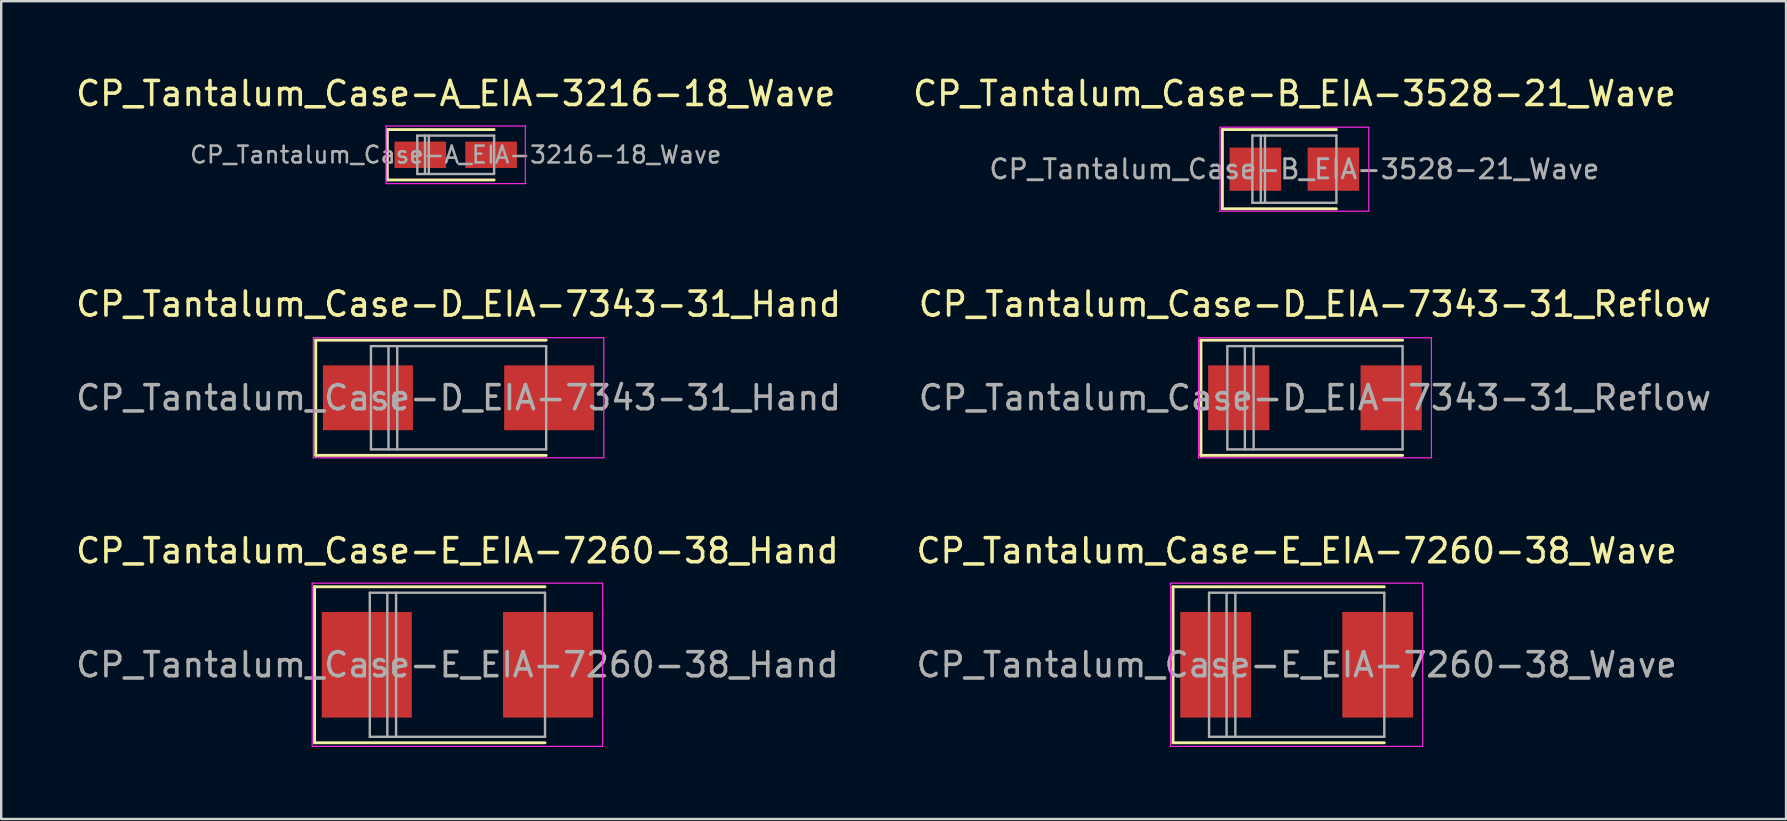
<source format=kicad_pcb>
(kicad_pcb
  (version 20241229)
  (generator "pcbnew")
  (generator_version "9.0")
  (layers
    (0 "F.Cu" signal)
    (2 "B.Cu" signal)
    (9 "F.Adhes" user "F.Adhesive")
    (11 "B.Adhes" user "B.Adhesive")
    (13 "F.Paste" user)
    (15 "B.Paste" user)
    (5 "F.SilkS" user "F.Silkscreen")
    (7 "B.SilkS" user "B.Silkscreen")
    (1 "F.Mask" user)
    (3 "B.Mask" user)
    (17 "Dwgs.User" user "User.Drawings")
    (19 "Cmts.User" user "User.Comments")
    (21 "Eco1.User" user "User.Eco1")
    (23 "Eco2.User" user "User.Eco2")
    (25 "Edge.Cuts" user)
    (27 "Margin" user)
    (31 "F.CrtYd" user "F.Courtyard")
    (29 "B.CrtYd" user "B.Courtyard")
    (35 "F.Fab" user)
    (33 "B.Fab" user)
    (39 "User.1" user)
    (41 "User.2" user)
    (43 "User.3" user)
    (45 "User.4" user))
  (footprint "CP_Tantalum_Case-D_EIA-7343-31_Hand"
    (layer "F.Cu")
    (at 16.054 13.521)
    (property "Reference" "CP_Tantalum_Case-D_EIA-7343-31_Hand" (at 0 -3.9 0) (layer "F.SilkS") (effects (font (size 1 1) (thickness 0.15))))
    (attr smd)
    (fp_line (start -5.95 -2.4) (end -5.95 2.4) (stroke (width 0.12) (type solid)) (layer "F.SilkS"))
    (fp_line (start -5.95 -2.4) (end 3.65 -2.4) (stroke (width 0.12) (type solid)) (layer "F.SilkS"))
    (fp_line (start -5.95 2.4) (end 3.65 2.4) (stroke (width 0.12) (type solid)) (layer "F.SilkS"))
    (fp_line (start -6.05 -2.5) (end -6.05 2.5) (stroke (width 0.05) (type solid)) (layer "F.CrtYd"))
    (fp_line (start -6.05 2.5) (end 6.05 2.5) (stroke (width 0.05) (type solid)) (layer "F.CrtYd"))
    (fp_line (start 6.05 -2.5) (end -6.05 -2.5) (stroke (width 0.05) (type solid)) (layer "F.CrtYd"))
    (fp_line (start 6.05 2.5) (end 6.05 -2.5) (stroke (width 0.05) (type solid)) (layer "F.CrtYd"))
    (fp_line (start -3.65 -2.15) (end -3.65 2.15) (stroke (width 0.1) (type solid)) (layer "F.Fab"))
    (fp_line (start -3.65 2.15) (end 3.65 2.15) (stroke (width 0.1) (type solid)) (layer "F.Fab"))
    (fp_line (start -2.92 -2.15) (end -2.92 2.15) (stroke (width 0.1) (type solid)) (layer "F.Fab"))
    (fp_line (start -2.555 -2.15) (end -2.555 2.15) (stroke (width 0.1) (type solid)) (layer "F.Fab"))
    (fp_line (start 3.65 -2.15) (end -3.65 -2.15) (stroke (width 0.1) (type solid)) (layer "F.Fab"))
    (fp_line (start 3.65 2.15) (end 3.65 -2.15) (stroke (width 0.1) (type solid)) (layer "F.Fab"))
    (fp_text user "${REFERENCE}" (at 0 0 0) (layer "F.Fab") (effects (font (size 1 1) (thickness 0.15))))
    (pad "1" smd rect (at -3.775 0) (size 3.75 2.7) (layers "F.Cu" "F.Mask" "F.Paste"))
    (pad "2" smd rect (at 3.775 0) (size 3.75 2.7) (layers "F.Cu" "F.Mask" "F.Paste")))
  (footprint "CP_Tantalum_Case-E_EIA-7260-38_Wave"
    (layer "F.Cu")
    (at 50.97 24.645)
    (property "Reference" "CP_Tantalum_Case-E_EIA-7260-38_Wave" (at 0 -4.75 0) (layer "F.SilkS") (effects (font (size 1 1) (thickness 0.15))))
    (attr smd)
    (fp_line (start -5.15 -3.25) (end -5.15 3.25) (stroke (width 0.12) (type solid)) (layer "F.SilkS"))
    (fp_line (start -5.15 -3.25) (end 3.65 -3.25) (stroke (width 0.12) (type solid)) (layer "F.SilkS"))
    (fp_line (start -5.15 3.25) (end 3.65 3.25) (stroke (width 0.12) (type solid)) (layer "F.SilkS"))
    (fp_line (start -5.25 -3.4) (end -5.25 3.4) (stroke (width 0.05) (type solid)) (layer "F.CrtYd"))
    (fp_line (start -5.25 3.4) (end 5.25 3.4) (stroke (width 0.05) (type solid)) (layer "F.CrtYd"))
    (fp_line (start 5.25 -3.4) (end -5.25 -3.4) (stroke (width 0.05) (type solid)) (layer "F.CrtYd"))
    (fp_line (start 5.25 3.4) (end 5.25 -3.4) (stroke (width 0.05) (type solid)) (layer "F.CrtYd"))
    (fp_line (start -3.65 -3) (end -3.65 3) (stroke (width 0.1) (type solid)) (layer "F.Fab"))
    (fp_line (start -3.65 3) (end 3.65 3) (stroke (width 0.1) (type solid)) (layer "F.Fab"))
    (fp_line (start -2.92 -3) (end -2.92 3) (stroke (width 0.1) (type solid)) (layer "F.Fab"))
    (fp_line (start -2.555 -3) (end -2.555 3) (stroke (width 0.1) (type solid)) (layer "F.Fab"))
    (fp_line (start 3.65 -3) (end -3.65 -3) (stroke (width 0.1) (type solid)) (layer "F.Fab"))
    (fp_line (start 3.65 3) (end 3.65 -3) (stroke (width 0.1) (type solid)) (layer "F.Fab"))
    (fp_text user "${REFERENCE}" (at 0 0 0) (layer "F.Fab") (effects (font (size 1 1) (thickness 0.15))))
    (pad "1" smd rect (at -3.375 0) (size 2.95 4.4) (layers "F.Cu" "F.Mask" "F.Paste"))
    (pad "2" smd rect (at 3.375 0) (size 2.95 4.4) (layers "F.Cu" "F.Mask" "F.Paste")))
  (footprint "CP_Tantalum_Case-D_EIA-7343-31_Reflow"
    (layer "F.Cu")
    (at 51.732 13.521)
    (property "Reference" "CP_Tantalum_Case-D_EIA-7343-31_Reflow" (at 0 -3.9 0) (layer "F.SilkS") (effects (font (size 1 1) (thickness 0.15))))
    (attr smd)
    (fp_line (start -4.75 -2.4) (end -4.75 2.4) (stroke (width 0.12) (type solid)) (layer "F.SilkS"))
    (fp_line (start -4.75 -2.4) (end 3.65 -2.4) (stroke (width 0.12) (type solid)) (layer "F.SilkS"))
    (fp_line (start -4.75 2.4) (end 3.65 2.4) (stroke (width 0.12) (type solid)) (layer "F.SilkS"))
    (fp_line (start -4.85 -2.5) (end -4.85 2.5) (stroke (width 0.05) (type solid)) (layer "F.CrtYd"))
    (fp_line (start -4.85 2.5) (end 4.85 2.5) (stroke (width 0.05) (type solid)) (layer "F.CrtYd"))
    (fp_line (start 4.85 -2.5) (end -4.85 -2.5) (stroke (width 0.05) (type solid)) (layer "F.CrtYd"))
    (fp_line (start 4.85 2.5) (end 4.85 -2.5) (stroke (width 0.05) (type solid)) (layer "F.CrtYd"))
    (fp_line (start -3.65 -2.15) (end -3.65 2.15) (stroke (width 0.1) (type solid)) (layer "F.Fab"))
    (fp_line (start -3.65 2.15) (end 3.65 2.15) (stroke (width 0.1) (type solid)) (layer "F.Fab"))
    (fp_line (start -2.92 -2.15) (end -2.92 2.15) (stroke (width 0.1) (type solid)) (layer "F.Fab"))
    (fp_line (start -2.555 -2.15) (end -2.555 2.15) (stroke (width 0.1) (type solid)) (layer "F.Fab"))
    (fp_line (start 3.65 -2.15) (end -3.65 -2.15) (stroke (width 0.1) (type solid)) (layer "F.Fab"))
    (fp_line (start 3.65 2.15) (end 3.65 -2.15) (stroke (width 0.1) (type solid)) (layer "F.Fab"))
    (fp_text user "${REFERENCE}" (at 0 0 0) (layer "F.Fab") (effects (font (size 1 1) (thickness 0.15))))
    (pad "1" smd rect (at -3.175 0) (size 2.55 2.7) (layers "F.Cu" "F.Mask" "F.Paste"))
    (pad "2" smd rect (at 3.175 0) (size 2.55 2.7) (layers "F.Cu" "F.Mask" "F.Paste")))
  (footprint "CP_Tantalum_Case-E_EIA-7260-38_Hand"
    (layer "F.Cu")
    (at 16.006 24.645)
    (property "Reference" "CP_Tantalum_Case-E_EIA-7260-38_Hand" (at 0 -4.75 0) (layer "F.SilkS") (effects (font (size 1 1) (thickness 0.15))))
    (attr smd)
    (fp_line (start -5.95 -3.25) (end -5.95 3.25) (stroke (width 0.12) (type solid)) (layer "F.SilkS"))
    (fp_line (start -5.95 -3.25) (end 3.65 -3.25) (stroke (width 0.12) (type solid)) (layer "F.SilkS"))
    (fp_line (start -5.95 3.25) (end 3.65 3.25) (stroke (width 0.12) (type solid)) (layer "F.SilkS"))
    (fp_line (start -6.05 -3.4) (end -6.05 3.4) (stroke (width 0.05) (type solid)) (layer "F.CrtYd"))
    (fp_line (start -6.05 3.4) (end 6.05 3.4) (stroke (width 0.05) (type solid)) (layer "F.CrtYd"))
    (fp_line (start 6.05 -3.4) (end -6.05 -3.4) (stroke (width 0.05) (type solid)) (layer "F.CrtYd"))
    (fp_line (start 6.05 3.4) (end 6.05 -3.4) (stroke (width 0.05) (type solid)) (layer "F.CrtYd"))
    (fp_line (start -3.65 -3) (end -3.65 3) (stroke (width 0.1) (type solid)) (layer "F.Fab"))
    (fp_line (start -3.65 3) (end 3.65 3) (stroke (width 0.1) (type solid)) (layer "F.Fab"))
    (fp_line (start -2.92 -3) (end -2.92 3) (stroke (width 0.1) (type solid)) (layer "F.Fab"))
    (fp_line (start -2.555 -3) (end -2.555 3) (stroke (width 0.1) (type solid)) (layer "F.Fab"))
    (fp_line (start 3.65 -3) (end -3.65 -3) (stroke (width 0.1) (type solid)) (layer "F.Fab"))
    (fp_line (start 3.65 3) (end 3.65 -3) (stroke (width 0.1) (type solid)) (layer "F.Fab"))
    (fp_text user "${REFERENCE}" (at 0 0 0) (layer "F.Fab") (effects (font (size 1 1) (thickness 0.15))))
    (pad "1" smd rect (at -3.775 0) (size 3.75 4.4) (layers "F.Cu" "F.Mask" "F.Paste"))
    (pad "2" smd rect (at 3.775 0) (size 3.75 4.4) (layers "F.Cu" "F.Mask" "F.Paste")))
  (footprint "CP_Tantalum_Case-A_EIA-3216-18_Wave"
    (layer "F.Cu")
    (at 15.935 3.398)
    (property "Reference" "CP_Tantalum_Case-A_EIA-3216-18_Wave" (at 0 -2.55 0) (layer "F.SilkS") (effects (font (size 1 1) (thickness 0.15))))
    (attr smd)
    (fp_line (start -2.85 -1.05) (end -2.85 1.05) (stroke (width 0.12) (type solid)) (layer "F.SilkS"))
    (fp_line (start -2.85 -1.05) (end 1.6 -1.05) (stroke (width 0.12) (type solid)) (layer "F.SilkS"))
    (fp_line (start -2.85 1.05) (end 1.6 1.05) (stroke (width 0.12) (type solid)) (layer "F.SilkS"))
    (fp_line (start -2.9 -1.2) (end -2.9 1.2) (stroke (width 0.05) (type solid)) (layer "F.CrtYd"))
    (fp_line (start -2.9 1.2) (end 2.9 1.2) (stroke (width 0.05) (type solid)) (layer "F.CrtYd"))
    (fp_line (start 2.9 -1.2) (end -2.9 -1.2) (stroke (width 0.05) (type solid)) (layer "F.CrtYd"))
    (fp_line (start 2.9 1.2) (end 2.9 -1.2) (stroke (width 0.05) (type solid)) (layer "F.CrtYd"))
    (fp_line (start -1.6 -0.8) (end -1.6 0.8) (stroke (width 0.1) (type solid)) (layer "F.Fab"))
    (fp_line (start -1.6 0.8) (end 1.6 0.8) (stroke (width 0.1) (type solid)) (layer "F.Fab"))
    (fp_line (start -1.28 -0.8) (end -1.28 0.8) (stroke (width 0.1) (type solid)) (layer "F.Fab"))
    (fp_line (start -1.12 -0.8) (end -1.12 0.8) (stroke (width 0.1) (type solid)) (layer "F.Fab"))
    (fp_line (start 1.6 -0.8) (end -1.6 -0.8) (stroke (width 0.1) (type solid)) (layer "F.Fab"))
    (fp_line (start 1.6 0.8) (end 1.6 -0.8) (stroke (width 0.1) (type solid)) (layer "F.Fab"))
    (fp_text user "${REFERENCE}" (at 0 0 0) (layer "F.Fab") (effects (font (size 0.7 0.7) (thickness 0.105))))
    (pad "1" smd rect (at -1.475 0) (size 2.15 1.1) (layers "F.Cu" "F.Mask" "F.Paste"))
    (pad "2" smd rect (at 1.475 0) (size 2.15 1.1) (layers "F.Cu" "F.Mask" "F.Paste")))
  (footprint "CP_Tantalum_Case-B_EIA-3528-21_Wave"
    (layer "F.Cu")
    (at 50.875 3.998)
    (property "Reference" "CP_Tantalum_Case-B_EIA-3528-21_Wave" (at 0 -3.15 0) (layer "F.SilkS") (effects (font (size 1 1) (thickness 0.15))))
    (attr smd)
    (fp_line (start -3 -1.65) (end -3 1.65) (stroke (width 0.12) (type solid)) (layer "F.SilkS"))
    (fp_line (start -3 -1.65) (end 1.75 -1.65) (stroke (width 0.12) (type solid)) (layer "F.SilkS"))
    (fp_line (start -3 1.65) (end 1.75 1.65) (stroke (width 0.12) (type solid)) (layer "F.SilkS"))
    (fp_line (start -3.1 -1.75) (end -3.1 1.75) (stroke (width 0.05) (type solid)) (layer "F.CrtYd"))
    (fp_line (start -3.1 1.75) (end 3.1 1.75) (stroke (width 0.05) (type solid)) (layer "F.CrtYd"))
    (fp_line (start 3.1 -1.75) (end -3.1 -1.75) (stroke (width 0.05) (type solid)) (layer "F.CrtYd"))
    (fp_line (start 3.1 1.75) (end 3.1 -1.75) (stroke (width 0.05) (type solid)) (layer "F.CrtYd"))
    (fp_line (start -1.75 -1.4) (end -1.75 1.4) (stroke (width 0.1) (type solid)) (layer "F.Fab"))
    (fp_line (start -1.75 1.4) (end 1.75 1.4) (stroke (width 0.1) (type solid)) (layer "F.Fab"))
    (fp_line (start -1.4 -1.4) (end -1.4 1.4) (stroke (width 0.1) (type solid)) (layer "F.Fab"))
    (fp_line (start -1.225 -1.4) (end -1.225 1.4) (stroke (width 0.1) (type solid)) (layer "F.Fab"))
    (fp_line (start 1.75 -1.4) (end -1.75 -1.4) (stroke (width 0.1) (type solid)) (layer "F.Fab"))
    (fp_line (start 1.75 1.4) (end 1.75 -1.4) (stroke (width 0.1) (type solid)) (layer "F.Fab"))
    (fp_text user "${REFERENCE}" (at 0 0 0) (layer "F.Fab") (effects (font (size 0.8 0.8) (thickness 0.12))))
    (pad "1" smd rect (at -1.625 0) (size 2.15 1.8) (layers "F.Cu" "F.Mask" "F.Paste"))
    (pad "2" smd rect (at 1.625 0) (size 2.15 1.8) (layers "F.Cu" "F.Mask" "F.Paste")))
  (gr_rect
    (start -3 -3)
    (end 71.357 31.07)
    (stroke (width 0.1) (type default))
    (fill no)
    (layer "Edge.Cuts")))
</source>
